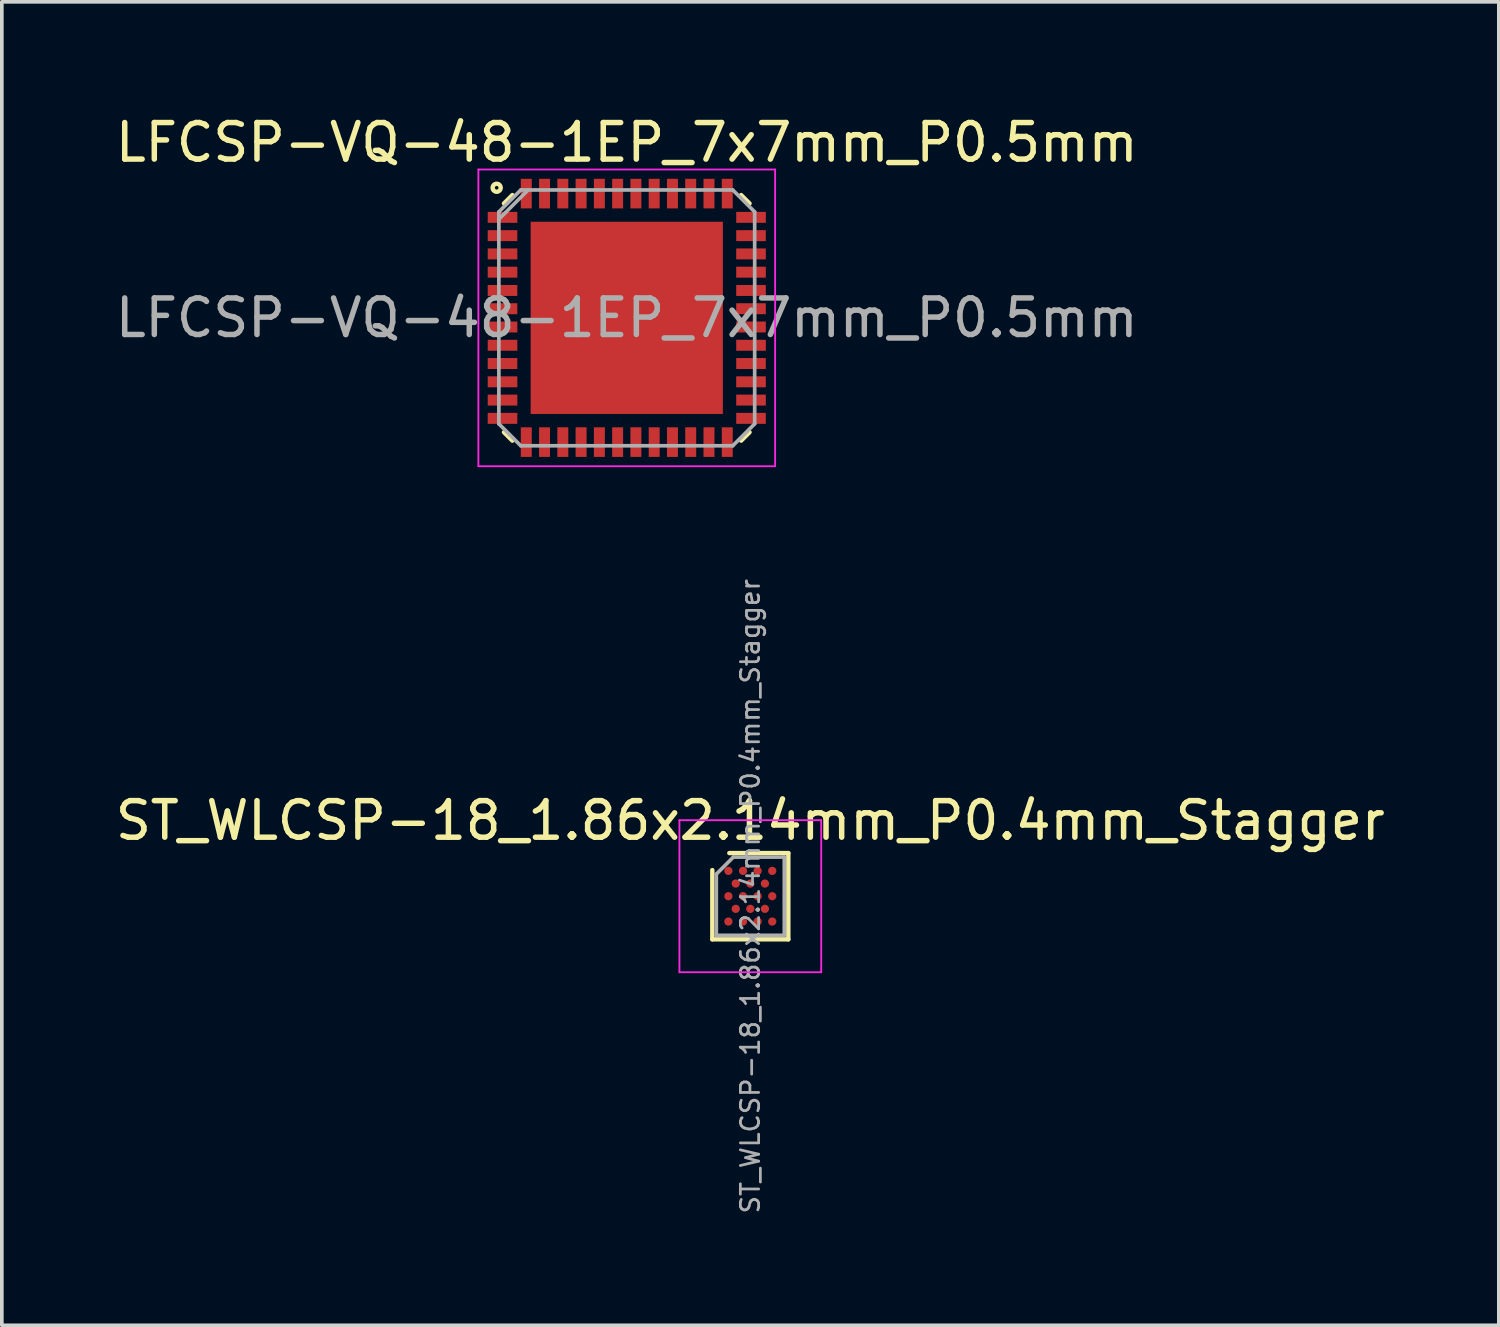
<source format=kicad_pcb>
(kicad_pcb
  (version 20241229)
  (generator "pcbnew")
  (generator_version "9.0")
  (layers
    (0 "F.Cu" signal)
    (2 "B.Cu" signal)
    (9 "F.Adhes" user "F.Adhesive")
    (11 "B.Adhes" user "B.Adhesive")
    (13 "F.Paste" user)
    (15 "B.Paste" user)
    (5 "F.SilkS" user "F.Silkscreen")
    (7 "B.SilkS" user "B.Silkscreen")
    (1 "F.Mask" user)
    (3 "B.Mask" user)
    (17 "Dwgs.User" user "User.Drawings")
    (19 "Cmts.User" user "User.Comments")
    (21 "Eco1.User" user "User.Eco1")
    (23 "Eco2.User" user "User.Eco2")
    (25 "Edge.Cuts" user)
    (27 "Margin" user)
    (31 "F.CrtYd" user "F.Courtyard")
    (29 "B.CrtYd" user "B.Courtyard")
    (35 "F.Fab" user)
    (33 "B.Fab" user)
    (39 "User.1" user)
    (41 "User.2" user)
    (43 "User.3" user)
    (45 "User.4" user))
  (footprint "LFCSP-VQ-48-1EP_7x7mm_P0.5mm"
    (layer "F.Cu")
    (at 14.101 5.648)
    (property "Reference" "LFCSP-VQ-48-1EP_7x7mm_P0.5mm" (at 0 -4.8 0) (layer "F.SilkS") (effects (font (size 1 1) (thickness 0.15))))
    (attr smd)
    (fp_line (start -3.13 -3.36) (end -3.36 -3.13) (stroke (width 0.12) (type solid)) (layer "F.SilkS"))
    (fp_line (start -3.13 3.36) (end -3.36 3.13) (stroke (width 0.12) (type solid)) (layer "F.SilkS"))
    (fp_line (start 3.13 -3.36) (end 3.36 -3.13) (stroke (width 0.12) (type solid)) (layer "F.SilkS"))
    (fp_line (start 3.13 3.36) (end 3.36 3.13) (stroke (width 0.12) (type solid)) (layer "F.SilkS"))
    (fp_circle (center -3.56 -3.56) (end -3.51 -3.56) (stroke (width 0.12) (type solid)) (fill no) (layer "F.SilkS"))
    (fp_line (start -4.06 -4.06) (end 4.06 -4.06) (stroke (width 0.05) (type solid)) (layer "F.CrtYd"))
    (fp_line (start -4.06 4.06) (end -4.06 -4.06) (stroke (width 0.05) (type solid)) (layer "F.CrtYd"))
    (fp_line (start 4.06 -4.06) (end 4.06 4.06) (stroke (width 0.05) (type solid)) (layer "F.CrtYd"))
    (fp_line (start 4.06 4.06) (end -4.06 4.06) (stroke (width 0.05) (type solid)) (layer "F.CrtYd"))
    (fp_line (start -3.5 -2.9) (end -2.9 -3.5) (stroke (width 0.1) (type solid)) (layer "F.Fab"))
    (fp_line (start -3.5 -2.7) (end -2.7 -3.5) (stroke (width 0.1) (type solid)) (layer "F.Fab"))
    (fp_line (start -3.5 2.9) (end -3.5 -2.9) (stroke (width 0.1) (type solid)) (layer "F.Fab"))
    (fp_line (start -2.9 -3.5) (end 2.9 -3.5) (stroke (width 0.1) (type solid)) (layer "F.Fab"))
    (fp_line (start -2.9 3.5) (end -3.5 2.9) (stroke (width 0.1) (type solid)) (layer "F.Fab"))
    (fp_line (start 2.9 -3.5) (end 3.5 -2.9) (stroke (width 0.1) (type solid)) (layer "F.Fab"))
    (fp_line (start 2.9 3.5) (end -2.9 3.5) (stroke (width 0.1) (type solid)) (layer "F.Fab"))
    (fp_line (start 2.9 3.5) (end 3.5 2.9) (stroke (width 0.1) (type solid)) (layer "F.Fab"))
    (fp_line (start 3.5 -2.9) (end 3.5 2.9) (stroke (width 0.1) (type solid)) (layer "F.Fab"))
    (fp_text user "${REFERENCE}" (at 0 0 0) (layer "F.Fab") (effects (font (size 1 1) (thickness 0.15))))
    (pad "1" smd rect (at -3.4 -2.75) (size 0.81 0.3) (layers "F.Cu" "F.Mask" "F.Paste"))
    (pad "2" smd rect (at -3.4 -2.25) (size 0.81 0.3) (layers "F.Cu" "F.Mask" "F.Paste"))
    (pad "3" smd rect (at -3.4 -1.75) (size 0.81 0.3) (layers "F.Cu" "F.Mask" "F.Paste"))
    (pad "4" smd rect (at -3.4 -1.25) (size 0.81 0.3) (layers "F.Cu" "F.Mask" "F.Paste"))
    (pad "5" smd rect (at -3.4 -0.75) (size 0.81 0.3) (layers "F.Cu" "F.Mask" "F.Paste"))
    (pad "6" smd rect (at -3.4 -0.25) (size 0.81 0.3) (layers "F.Cu" "F.Mask" "F.Paste"))
    (pad "7" smd rect (at -3.4 0.25) (size 0.81 0.3) (layers "F.Cu" "F.Mask" "F.Paste"))
    (pad "8" smd rect (at -3.4 0.75) (size 0.81 0.3) (layers "F.Cu" "F.Mask" "F.Paste"))
    (pad "9" smd rect (at -3.4 1.25) (size 0.81 0.3) (layers "F.Cu" "F.Mask" "F.Paste"))
    (pad "10" smd rect (at -3.4 1.75) (size 0.81 0.3) (layers "F.Cu" "F.Mask" "F.Paste"))
    (pad "11" smd rect (at -3.4 2.25) (size 0.81 0.3) (layers "F.Cu" "F.Mask" "F.Paste"))
    (pad "12" smd rect (at -3.4 2.75) (size 0.81 0.3) (layers "F.Cu" "F.Mask" "F.Paste"))
    (pad "13" smd rect (at -2.75 3.4) (size 0.3 0.81) (layers "F.Cu" "F.Mask" "F.Paste"))
    (pad "14" smd rect (at -2.25 3.4) (size 0.3 0.81) (layers "F.Cu" "F.Mask" "F.Paste"))
    (pad "15" smd rect (at -1.75 3.4) (size 0.3 0.81) (layers "F.Cu" "F.Mask" "F.Paste"))
    (pad "16" smd rect (at -1.25 3.4) (size 0.3 0.81) (layers "F.Cu" "F.Mask" "F.Paste"))
    (pad "17" smd rect (at -0.75 3.4) (size 0.3 0.81) (layers "F.Cu" "F.Mask" "F.Paste"))
    (pad "18" smd rect (at -0.25 3.4) (size 0.3 0.81) (layers "F.Cu" "F.Mask" "F.Paste"))
    (pad "19" smd rect (at 0.25 3.4) (size 0.3 0.81) (layers "F.Cu" "F.Mask" "F.Paste"))
    (pad "20" smd rect (at 0.75 3.4) (size 0.3 0.81) (layers "F.Cu" "F.Mask" "F.Paste"))
    (pad "21" smd rect (at 1.25 3.4) (size 0.3 0.81) (layers "F.Cu" "F.Mask" "F.Paste"))
    (pad "22" smd rect (at 1.75 3.4) (size 0.3 0.81) (layers "F.Cu" "F.Mask" "F.Paste"))
    (pad "23" smd rect (at 2.25 3.4) (size 0.3 0.81) (layers "F.Cu" "F.Mask" "F.Paste"))
    (pad "24" smd rect (at 2.75 3.4) (size 0.3 0.81) (layers "F.Cu" "F.Mask" "F.Paste"))
    (pad "25" smd rect (at 3.4 2.75) (size 0.81 0.3) (layers "F.Cu" "F.Mask" "F.Paste"))
    (pad "26" smd rect (at 3.4 2.25) (size 0.81 0.3) (layers "F.Cu" "F.Mask" "F.Paste"))
    (pad "27" smd rect (at 3.4 1.75) (size 0.81 0.3) (layers "F.Cu" "F.Mask" "F.Paste"))
    (pad "28" smd rect (at 3.4 1.25) (size 0.81 0.3) (layers "F.Cu" "F.Mask" "F.Paste"))
    (pad "29" smd rect (at 3.4 0.75) (size 0.81 0.3) (layers "F.Cu" "F.Mask" "F.Paste"))
    (pad "30" smd rect (at 3.4 0.25) (size 0.81 0.3) (layers "F.Cu" "F.Mask" "F.Paste"))
    (pad "31" smd rect (at 3.4 -0.25) (size 0.81 0.3) (layers "F.Cu" "F.Mask" "F.Paste"))
    (pad "32" smd rect (at 3.4 -0.75) (size 0.81 0.3) (layers "F.Cu" "F.Mask" "F.Paste"))
    (pad "33" smd rect (at 3.4 -1.25) (size 0.81 0.3) (layers "F.Cu" "F.Mask" "F.Paste"))
    (pad "34" smd rect (at 3.4 -1.75) (size 0.81 0.3) (layers "F.Cu" "F.Mask" "F.Paste"))
    (pad "35" smd rect (at 3.4 -2.25) (size 0.81 0.3) (layers "F.Cu" "F.Mask" "F.Paste"))
    (pad "36" smd rect (at 3.4 -2.75) (size 0.81 0.3) (layers "F.Cu" "F.Mask" "F.Paste"))
    (pad "37" smd rect (at 2.75 -3.4) (size 0.3 0.81) (layers "F.Cu" "F.Mask" "F.Paste"))
    (pad "38" smd rect (at 2.25 -3.4) (size 0.3 0.81) (layers "F.Cu" "F.Mask" "F.Paste"))
    (pad "39" smd rect (at 1.75 -3.4) (size 0.3 0.81) (layers "F.Cu" "F.Mask" "F.Paste"))
    (pad "40" smd rect (at 1.25 -3.4) (size 0.3 0.81) (layers "F.Cu" "F.Mask" "F.Paste"))
    (pad "41" smd rect (at 0.75 -3.4) (size 0.3 0.81) (layers "F.Cu" "F.Mask" "F.Paste"))
    (pad "42" smd rect (at 0.25 -3.4) (size 0.3 0.81) (layers "F.Cu" "F.Mask" "F.Paste"))
    (pad "43" smd rect (at -0.25 -3.4) (size 0.3 0.81) (layers "F.Cu" "F.Mask" "F.Paste"))
    (pad "44" smd rect (at -0.75 -3.4) (size 0.3 0.81) (layers "F.Cu" "F.Mask" "F.Paste"))
    (pad "45" smd rect (at -1.25 -3.4) (size 0.3 0.81) (layers "F.Cu" "F.Mask" "F.Paste"))
    (pad "46" smd rect (at -1.75 -3.4) (size 0.3 0.81) (layers "F.Cu" "F.Mask" "F.Paste"))
    (pad "47" smd rect (at -2.25 -3.4) (size 0.3 0.81) (layers "F.Cu" "F.Mask" "F.Paste"))
    (pad "48" smd rect (at -2.75 -3.4) (size 0.3 0.81) (layers "F.Cu" "F.Mask" "F.Paste"))
    (pad "49" smd rect (at 0 0) (size 5.26 5.26) (layers "F.Cu" "F.Mask" "F.Paste")))
  (footprint "ST_WLCSP-18_1.86x2.14mm_P0.4mm_Stagger"
    (layer "F.Cu")
    (at 17.482 21.474)
    (property "Reference" "ST_WLCSP-18_1.86x2.14mm_P0.4mm_Stagger" (at 0 -2.07 0) (layer "F.SilkS") (effects (font (size 1 1) (thickness 0.15))))
    (attr smd)
    (fp_line (start -1.04 1.18) (end -1.04 -0.715) (stroke (width 0.12) (type solid)) (layer "F.SilkS"))
    (fp_line (start -0.575 -1.18) (end 1.04 -1.18) (stroke (width 0.12) (type solid)) (layer "F.SilkS"))
    (fp_line (start 1.04 -1.18) (end 1.04 1.18) (stroke (width 0.12) (type solid)) (layer "F.SilkS"))
    (fp_line (start 1.04 1.18) (end -1.04 1.18) (stroke (width 0.12) (type solid)) (layer "F.SilkS"))
    (fp_line (start -1.94 -2.08) (end -1.94 2.08) (stroke (width 0.05) (type solid)) (layer "F.CrtYd"))
    (fp_line (start -1.94 2.08) (end 1.94 2.08) (stroke (width 0.05) (type solid)) (layer "F.CrtYd"))
    (fp_line (start 1.94 -2.08) (end -1.94 -2.08) (stroke (width 0.05) (type solid)) (layer "F.CrtYd"))
    (fp_line (start 1.94 2.08) (end 1.94 -2.08) (stroke (width 0.05) (type solid)) (layer "F.CrtYd"))
    (fp_line (start -0.93 -0.605) (end -0.465 -1.07) (stroke (width 0.1) (type solid)) (layer "F.Fab"))
    (fp_line (start -0.93 1.07) (end -0.93 -0.605) (stroke (width 0.1) (type solid)) (layer "F.Fab"))
    (fp_line (start -0.465 -1.07) (end 0.93 -1.07) (stroke (width 0.1) (type solid)) (layer "F.Fab"))
    (fp_line (start 0.93 -1.07) (end 0.93 1.07) (stroke (width 0.1) (type solid)) (layer "F.Fab"))
    (fp_line (start 0.93 1.07) (end -0.93 1.07) (stroke (width 0.1) (type solid)) (layer "F.Fab"))
    (fp_text user "${REFERENCE}" (at 0 0 270) (layer "F.Fab") (effects (font (size 0.5 0.5) (thickness 0.075))))
    (pad "A1" smd circle (at -0.6 -0.693) (size 0.225 0.225) (layers "F.Cu" "F.Mask" "F.Paste"))
    (pad "A3" smd circle (at -0.2 -0.693) (size 0.225 0.225) (layers "F.Cu" "F.Mask" "F.Paste"))
    (pad "A5" smd circle (at 0.2 -0.693) (size 0.225 0.225) (layers "F.Cu" "F.Mask" "F.Paste"))
    (pad "A7" smd circle (at 0.6 -0.693) (size 0.225 0.225) (layers "F.Cu" "F.Mask" "F.Paste"))
    (pad "B2" smd circle (at -0.4 -0.346) (size 0.225 0.225) (layers "F.Cu" "F.Mask" "F.Paste"))
    (pad "B4" smd circle (at 0 -0.346) (size 0.225 0.225) (layers "F.Cu" "F.Mask" "F.Paste"))
    (pad "B6" smd circle (at 0.4 -0.346) (size 0.225 0.225) (layers "F.Cu" "F.Mask" "F.Paste"))
    (pad "C1" smd circle (at -0.6 0) (size 0.225 0.225) (layers "F.Cu" "F.Mask" "F.Paste"))
    (pad "C3" smd circle (at -0.2 0) (size 0.225 0.225) (layers "F.Cu" "F.Mask" "F.Paste"))
    (pad "C5" smd circle (at 0.2 0) (size 0.225 0.225) (layers "F.Cu" "F.Mask" "F.Paste"))
    (pad "C7" smd circle (at 0.6 0) (size 0.225 0.225) (layers "F.Cu" "F.Mask" "F.Paste"))
    (pad "D2" smd circle (at -0.4 0.346) (size 0.225 0.225) (layers "F.Cu" "F.Mask" "F.Paste"))
    (pad "D4" smd circle (at 0 0.346) (size 0.225 0.225) (layers "F.Cu" "F.Mask" "F.Paste"))
    (pad "D6" smd circle (at 0.4 0.346) (size 0.225 0.225) (layers "F.Cu" "F.Mask" "F.Paste"))
    (pad "E1" smd circle (at -0.6 0.693) (size 0.225 0.225) (layers "F.Cu" "F.Mask" "F.Paste"))
    (pad "E3" smd circle (at -0.2 0.693) (size 0.225 0.225) (layers "F.Cu" "F.Mask" "F.Paste"))
    (pad "E5" smd circle (at 0.2 0.693) (size 0.225 0.225) (layers "F.Cu" "F.Mask" "F.Paste"))
    (pad "E7" smd circle (at 0.6 0.693) (size 0.225 0.225) (layers "F.Cu" "F.Mask" "F.Paste")))
  (gr_rect
    (start -3 -3)
    (end 37.964 33.215)
    (stroke (width 0.1) (type default))
    (fill no)
    (layer "Edge.Cuts")))
</source>
